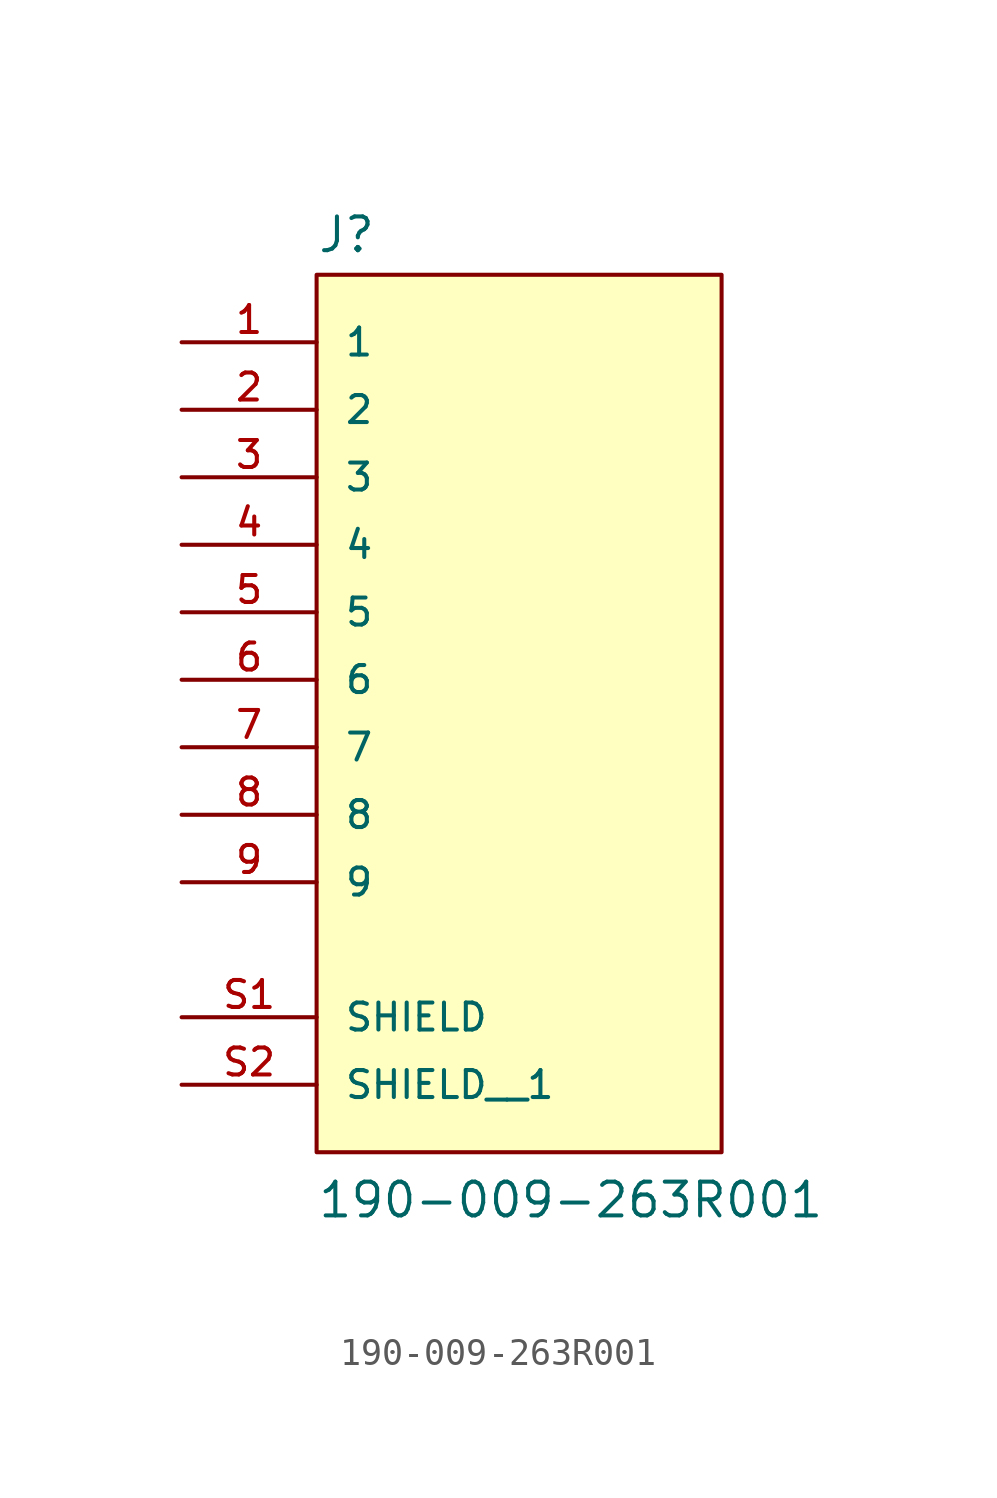
<source format=kicad_sym>
(kicad_symbol_lib
  (version 20211014)
  (generator kicad_symbol_editor)
  (symbol "190-009-263R001"
    (pin_names
      (offset 1.016))
    (property "Reference" "J"
      (at -7.62 16.002 0)
      (effects (font (size 1.27 1.27)) (justify bottom left)))
    (property "Value" "190-009-263R001"
      (at -7.62 -20.32 0)
      (effects (font (size 1.27 1.27)) (justify bottom left)))
    (symbol "190-009-263R001_0_0"
      (rectangle (start -7.62 -17.78) (end 7.62 15.24) (stroke (width 0.152)) (fill (type background)))
      (pin passive line (at -12.7 12.7 0) (length 5.08) (name "1" (effects (font (size 1.016 1.016)))) (number "1" (effects (font (size 1.016 1.016)))))
      (pin passive line (at -12.7 10.16 0) (length 5.08) (name "2" (effects (font (size 1.016 1.016)))) (number "2" (effects (font (size 1.016 1.016)))))
      (pin passive line (at -12.7 7.62 0) (length 5.08) (name "3" (effects (font (size 1.016 1.016)))) (number "3" (effects (font (size 1.016 1.016)))))
      (pin passive line (at -12.7 5.08 0) (length 5.08) (name "4" (effects (font (size 1.016 1.016)))) (number "4" (effects (font (size 1.016 1.016)))))
      (pin passive line (at -12.7 2.54 0) (length 5.08) (name "5" (effects (font (size 1.016 1.016)))) (number "5" (effects (font (size 1.016 1.016)))))
      (pin passive line (at -12.7 0.0 0) (length 5.08) (name "6" (effects (font (size 1.016 1.016)))) (number "6" (effects (font (size 1.016 1.016)))))
      (pin passive line (at -12.7 -2.54 0) (length 5.08) (name "7" (effects (font (size 1.016 1.016)))) (number "7" (effects (font (size 1.016 1.016)))))
      (pin passive line (at -12.7 -5.08 0) (length 5.08) (name "8" (effects (font (size 1.016 1.016)))) (number "8" (effects (font (size 1.016 1.016)))))
      (pin passive line (at -12.7 -7.62 0) (length 5.08) (name "9" (effects (font (size 1.016 1.016)))) (number "9" (effects (font (size 1.016 1.016)))))
      (pin passive line (at -12.7 -12.7 0) (length 5.08) (name "SHIELD" (effects (font (size 1.016 1.016)))) (number "S1" (effects (font (size 1.016 1.016)))))
      (pin passive line (at -12.7 -15.24 0) (length 5.08) (name "SHIELD__1" (effects (font (size 1.016 1.016)))) (number "S2" (effects (font (size 1.016 1.016))))))))
</source>
